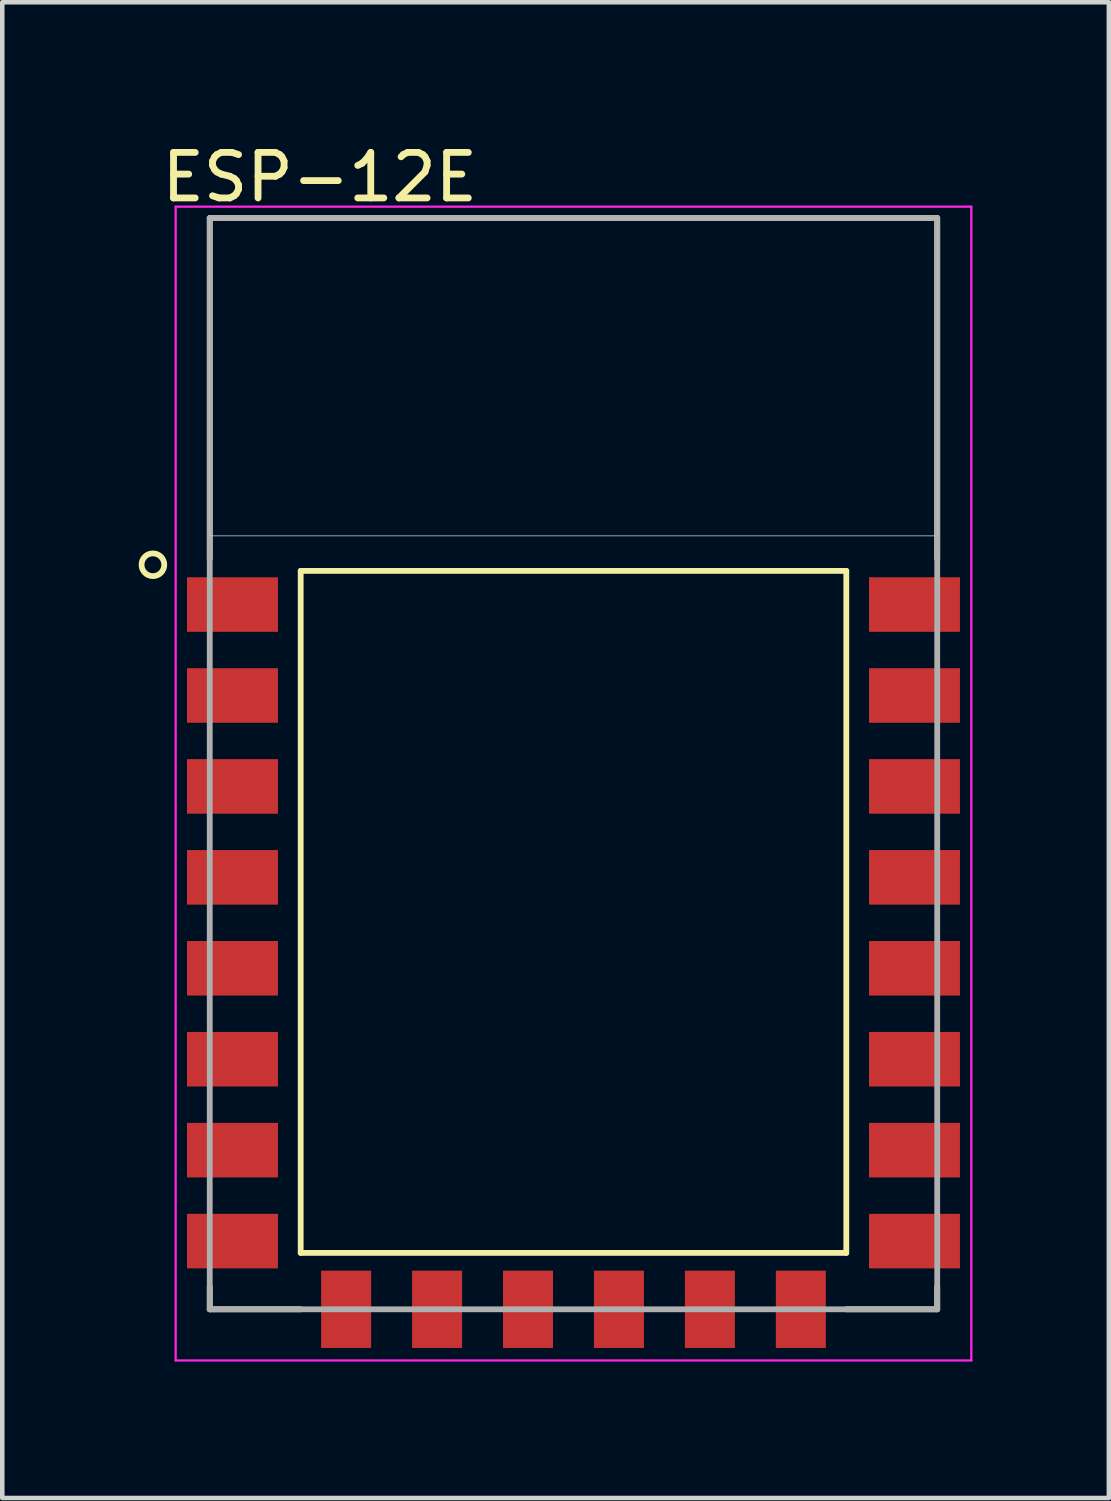
<source format=kicad_pcb>
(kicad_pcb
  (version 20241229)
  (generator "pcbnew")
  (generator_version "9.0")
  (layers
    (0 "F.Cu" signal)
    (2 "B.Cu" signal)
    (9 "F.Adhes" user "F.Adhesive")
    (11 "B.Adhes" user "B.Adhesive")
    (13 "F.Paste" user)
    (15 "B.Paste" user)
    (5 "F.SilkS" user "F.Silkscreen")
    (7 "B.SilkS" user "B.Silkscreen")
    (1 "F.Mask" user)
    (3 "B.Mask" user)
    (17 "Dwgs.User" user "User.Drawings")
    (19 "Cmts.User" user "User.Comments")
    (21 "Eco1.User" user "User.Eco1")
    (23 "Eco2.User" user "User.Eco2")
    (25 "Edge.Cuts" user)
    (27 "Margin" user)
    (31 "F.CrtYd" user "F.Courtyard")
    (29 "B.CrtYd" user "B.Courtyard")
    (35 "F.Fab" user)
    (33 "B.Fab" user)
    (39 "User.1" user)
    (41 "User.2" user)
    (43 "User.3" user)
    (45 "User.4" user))
  (footprint "ESP-12E"
    (layer "F.Cu")
    (at 9.563 17.246)
    (property "Reference" "ESP-12E" (at -5.579 -16.398 0) (layer "F.SilkS") (effects (font (size 1.001 1.001) (thickness 0.15))))
    (attr through_hole)
    (fp_line (start -8 -15.5) (end 8 -15.5) (stroke (width 0.127) (type solid)) (layer "F.SilkS"))
    (fp_line (start -8 -8) (end -8 -15.5) (stroke (width 0.127) (type solid)) (layer "F.SilkS"))
    (fp_line (start -8 8) (end -8 8.5) (stroke (width 0.127) (type solid)) (layer "F.SilkS"))
    (fp_line (start -8 8.5) (end -6 8.5) (stroke (width 0.127) (type solid)) (layer "F.SilkS"))
    (fp_line (start -6 -7.74) (end 6 -7.74) (stroke (width 0.127) (type solid)) (layer "F.SilkS"))
    (fp_line (start -6 7.26) (end -6 -7.74) (stroke (width 0.127) (type solid)) (layer "F.SilkS"))
    (fp_line (start 6 -7.74) (end 6 7.26) (stroke (width 0.127) (type solid)) (layer "F.SilkS"))
    (fp_line (start 6 7.26) (end -6 7.26) (stroke (width 0.127) (type solid)) (layer "F.SilkS"))
    (fp_line (start 8 -15.5) (end 8 -8) (stroke (width 0.127) (type solid)) (layer "F.SilkS"))
    (fp_line (start 8 8) (end 8 8.5) (stroke (width 0.127) (type solid)) (layer "F.SilkS"))
    (fp_line (start 8 8.5) (end 6 8.5) (stroke (width 0.127) (type solid)) (layer "F.SilkS"))
    (fp_circle (center -9.25 -7.875) (end -9 -7.875) (stroke (width 0.127) (type solid)) (fill no) (layer "F.SilkS"))
    (fp_poly (pts (xy -8.009 -15.5) (xy 8 -15.5) (xy 8 -8.51) (xy -8.009 -8.51)) (stroke (width 0.01) (type solid)) (fill no) (layer "Dwgs.User"))
    (fp_poly (pts (xy -8.009 -15.5) (xy 8 -15.5) (xy 8 -8.51) (xy -8.009 -8.51)) (stroke (width 0.01) (type solid)) (fill no) (layer "Dwgs.User"))
    (fp_line (start -8.75 -15.75) (end -8.75 9.625) (stroke (width 0.05) (type solid)) (layer "F.CrtYd"))
    (fp_line (start -8.75 9.625) (end 8.75 9.625) (stroke (width 0.05) (type solid)) (layer "F.CrtYd"))
    (fp_line (start 8.75 -15.75) (end -8.75 -15.75) (stroke (width 0.05) (type solid)) (layer "F.CrtYd"))
    (fp_line (start 8.75 9.625) (end 8.75 -15.75) (stroke (width 0.05) (type solid)) (layer "F.CrtYd"))
    (fp_line (start -8 -15.5) (end 8 -15.5) (stroke (width 0.127) (type solid)) (layer "F.Fab"))
    (fp_line (start -8 8.5) (end -8 -15.5) (stroke (width 0.127) (type solid)) (layer "F.Fab"))
    (fp_line (start 8 -15.5) (end 8 8.5) (stroke (width 0.127) (type solid)) (layer "F.Fab"))
    (fp_line (start 8 8.5) (end -8 8.5) (stroke (width 0.127) (type solid)) (layer "F.Fab"))
    (pad "1" smd rect (at -7.5 -7) (size 2 1.2) (layers "F.Cu" "F.Mask" "F.Paste"))
    (pad "2" smd rect (at -7.5 -5) (size 2 1.2) (layers "F.Cu" "F.Mask" "F.Paste"))
    (pad "3" smd rect (at -7.5 -3) (size 2 1.2) (layers "F.Cu" "F.Mask" "F.Paste"))
    (pad "4" smd rect (at -7.5 -1) (size 2 1.2) (layers "F.Cu" "F.Mask" "F.Paste"))
    (pad "5" smd rect (at -7.5 1) (size 2 1.2) (layers "F.Cu" "F.Mask" "F.Paste"))
    (pad "6" smd rect (at -7.5 3) (size 2 1.2) (layers "F.Cu" "F.Mask" "F.Paste"))
    (pad "7" smd rect (at -7.5 5) (size 2 1.2) (layers "F.Cu" "F.Mask" "F.Paste"))
    (pad "8" smd rect (at -7.5 7) (size 2 1.2) (layers "F.Cu" "F.Mask" "F.Paste"))
    (pad "9" smd rect (at -5 8.5) (size 1.1 1.7) (layers "F.Cu" "F.Mask" "F.Paste"))
    (pad "10" smd rect (at -3 8.5) (size 1.1 1.7) (layers "F.Cu" "F.Mask" "F.Paste"))
    (pad "11" smd rect (at -1 8.5) (size 1.1 1.7) (layers "F.Cu" "F.Mask" "F.Paste"))
    (pad "12" smd rect (at 1 8.5) (size 1.1 1.7) (layers "F.Cu" "F.Mask" "F.Paste"))
    (pad "13" smd rect (at 3 8.5) (size 1.1 1.7) (layers "F.Cu" "F.Mask" "F.Paste"))
    (pad "14" smd rect (at 5 8.5) (size 1.1 1.7) (layers "F.Cu" "F.Mask" "F.Paste"))
    (pad "15" smd rect (at 7.5 7) (size 2 1.2) (layers "F.Cu" "F.Mask" "F.Paste"))
    (pad "16" smd rect (at 7.5 5) (size 2 1.2) (layers "F.Cu" "F.Mask" "F.Paste"))
    (pad "17" smd rect (at 7.5 3) (size 2 1.2) (layers "F.Cu" "F.Mask" "F.Paste"))
    (pad "18" smd rect (at 7.5 1) (size 2 1.2) (layers "F.Cu" "F.Mask" "F.Paste"))
    (pad "19" smd rect (at 7.5 -1) (size 2 1.2) (layers "F.Cu" "F.Mask" "F.Paste"))
    (pad "20" smd rect (at 7.5 -3) (size 2 1.2) (layers "F.Cu" "F.Mask" "F.Paste"))
    (pad "21" smd rect (at 7.5 -5) (size 2 1.2) (layers "F.Cu" "F.Mask" "F.Paste"))
    (pad "22" smd rect (at 7.5 -7) (size 2 1.2) (layers "F.Cu" "F.Mask" "F.Paste")))
  (gr_rect
    (start -3 -3)
    (end 21.338 29.896)
    (stroke (width 0.1) (type default))
    (fill no)
    (layer "Edge.Cuts")))
</source>
